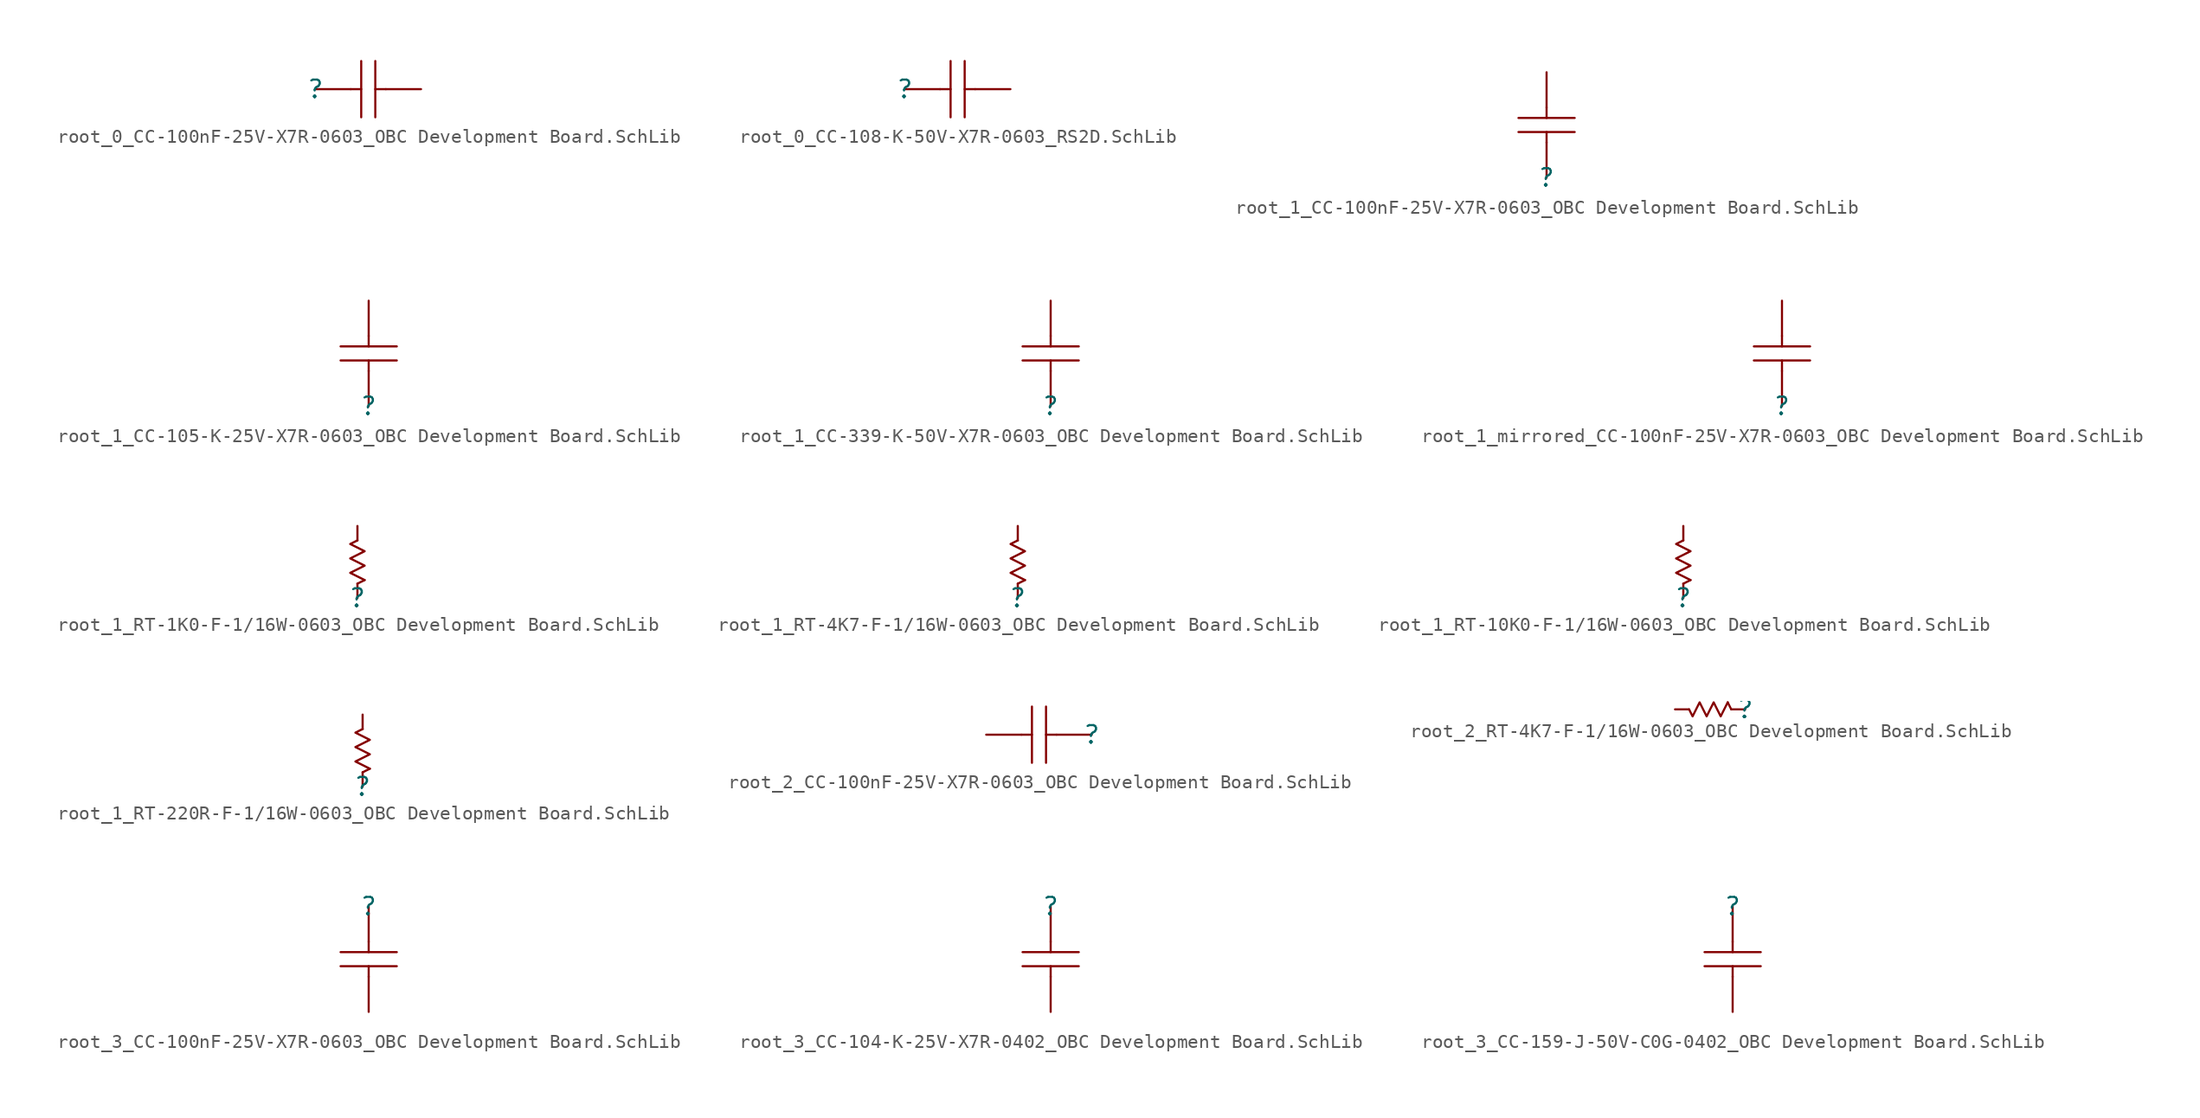
<source format=kicad_sym>
(kicad_symbol_lib
  (version 20241209)
  (generator "kicad_symbol_editor")
  (generator_version "9.0")
  (symbol "root_0_CC-100nF-25V-X7R-0603_OBC Development Board.SchLib"
    (pin_numbers
      (hide yes))
    (pin_names
      (hide yes))
    (property "Reference" ""
      (at 0 0 0)
      (effects (font (size 1.27 1.27))))
    (property "Value" ""
      (at 0 0 0)
      (effects (font (size 1.27 1.27))))
    (symbol "root_0_CC-100nF-25V-X7R-0603_OBC Development Board.SchLib_1_0"
      (polyline (pts (xy 2.54 0) (xy 3.302 0)) (stroke (width 0) (type solid)) (fill (type none)))
      (polyline (pts (xy 3.302 -2.032) (xy 3.302 2.032)) (stroke (width 0) (type solid)) (fill (type none)))
      (polyline (pts (xy 4.318 2.032) (xy 4.318 -2.032)) (stroke (width 0) (type solid)) (fill (type none)))
      (polyline (pts (xy 5.08 0) (xy 4.318 0)) (stroke (width 0) (type solid)) (fill (type none)))
      (pin passive line (at 0 0 0) (length 2.54) (name "1" (effects (font (size 1.27 1.27)))) (number "1" (effects (font (size 1.27 1.27)))))
      (pin passive line (at 7.62 0 180) (length 2.54) (name "2" (effects (font (size 1.27 1.27)))) (number "2" (effects (font (size 1.27 1.27)))))))
  (symbol "root_0_CC-108-K-50V-X7R-0603_RS2D.SchLib"
    (pin_numbers
      (hide yes))
    (pin_names
      (hide yes))
    (property "Reference" ""
      (at 0 0 0)
      (effects (font (size 1.27 1.27))))
    (property "Value" ""
      (at 0 0 0)
      (effects (font (size 1.27 1.27))))
    (symbol "root_0_CC-108-K-50V-X7R-0603_RS2D.SchLib_1_0"
      (polyline (pts (xy 2.54 0) (xy 3.302 0)) (stroke (width 0) (type solid)) (fill (type none)))
      (polyline (pts (xy 3.302 -2.032) (xy 3.302 2.032)) (stroke (width 0) (type solid)) (fill (type none)))
      (polyline (pts (xy 4.318 2.032) (xy 4.318 -2.032)) (stroke (width 0) (type solid)) (fill (type none)))
      (polyline (pts (xy 5.08 0) (xy 4.318 0)) (stroke (width 0) (type solid)) (fill (type none)))
      (pin passive line (at 0 0 0) (length 2.54) (name "1" (effects (font (size 1.27 1.27)))) (number "1" (effects (font (size 1.27 1.27)))))
      (pin passive line (at 7.62 0 180) (length 2.54) (name "2" (effects (font (size 1.27 1.27)))) (number "2" (effects (font (size 1.27 1.27)))))))
  (symbol "root_1_CC-100nF-25V-X7R-0603_OBC Development Board.SchLib"
    (pin_numbers
      (hide yes))
    (pin_names
      (hide yes))
    (property "Reference" ""
      (at 0 0 0)
      (effects (font (size 1.27 1.27))))
    (property "Value" ""
      (at 0 0 0)
      (effects (font (size 1.27 1.27))))
    (symbol "root_1_CC-100nF-25V-X7R-0603_OBC Development Board.SchLib_1_0"
      (polyline (pts (xy -2.032 4.318) (xy 2.032 4.318)) (stroke (width 0) (type solid)) (fill (type none)))
      (polyline (pts (xy 0 5.08) (xy 0 4.318)) (stroke (width 0) (type solid)) (fill (type none)))
      (polyline (pts (xy 0 2.54) (xy 0 3.302)) (stroke (width 0) (type solid)) (fill (type none)))
      (polyline (pts (xy 2.032 3.302) (xy -2.032 3.302)) (stroke (width 0) (type solid)) (fill (type none)))
      (pin passive line (at 0 7.62 270) (length 2.54) (name "2" (effects (font (size 1.27 1.27)))) (number "2" (effects (font (size 1.27 1.27)))))
      (pin passive line (at 0 0 90) (length 2.54) (name "1" (effects (font (size 1.27 1.27)))) (number "1" (effects (font (size 1.27 1.27)))))))
  (symbol "root_1_CC-105-K-25V-X7R-0603_OBC Development Board.SchLib"
    (pin_numbers
      (hide yes))
    (pin_names
      (hide yes))
    (property "Reference" ""
      (at 0 0 0)
      (effects (font (size 1.27 1.27))))
    (property "Value" ""
      (at 0 0 0)
      (effects (font (size 1.27 1.27))))
    (symbol "root_1_CC-105-K-25V-X7R-0603_OBC Development Board.SchLib_1_0"
      (polyline (pts (xy -2.032 4.318) (xy 2.032 4.318)) (stroke (width 0) (type solid)) (fill (type none)))
      (polyline (pts (xy 0 5.08) (xy 0 4.318)) (stroke (width 0) (type solid)) (fill (type none)))
      (polyline (pts (xy 0 2.54) (xy 0 3.302)) (stroke (width 0) (type solid)) (fill (type none)))
      (polyline (pts (xy 2.032 3.302) (xy -2.032 3.302)) (stroke (width 0) (type solid)) (fill (type none)))
      (pin passive line (at 0 7.62 270) (length 2.54) (name "2" (effects (font (size 1.27 1.27)))) (number "2" (effects (font (size 1.27 1.27)))))
      (pin passive line (at 0 0 90) (length 2.54) (name "1" (effects (font (size 1.27 1.27)))) (number "1" (effects (font (size 1.27 1.27)))))))
  (symbol "root_1_CC-339-K-50V-X7R-0603_OBC Development Board.SchLib"
    (pin_numbers
      (hide yes))
    (pin_names
      (hide yes))
    (property "Reference" ""
      (at 0 0 0)
      (effects (font (size 1.27 1.27))))
    (property "Value" ""
      (at 0 0 0)
      (effects (font (size 1.27 1.27))))
    (symbol "root_1_CC-339-K-50V-X7R-0603_OBC Development Board.SchLib_1_0"
      (polyline (pts (xy -2.032 4.318) (xy 2.032 4.318)) (stroke (width 0) (type solid)) (fill (type none)))
      (polyline (pts (xy 0 5.08) (xy 0 4.318)) (stroke (width 0) (type solid)) (fill (type none)))
      (polyline (pts (xy 0 2.54) (xy 0 3.302)) (stroke (width 0) (type solid)) (fill (type none)))
      (polyline (pts (xy 2.032 3.302) (xy -2.032 3.302)) (stroke (width 0) (type solid)) (fill (type none)))
      (pin passive line (at 0 7.62 270) (length 2.54) (name "2" (effects (font (size 1.27 1.27)))) (number "2" (effects (font (size 1.27 1.27)))))
      (pin passive line (at 0 0 90) (length 2.54) (name "1" (effects (font (size 1.27 1.27)))) (number "1" (effects (font (size 1.27 1.27)))))))
  (symbol "root_1_mirrored_CC-100nF-25V-X7R-0603_OBC Development Board.SchLib"
    (pin_numbers
      (hide yes))
    (pin_names
      (hide yes))
    (property "Reference" ""
      (at 0 0 0)
      (effects (font (size 1.27 1.27))))
    (property "Value" ""
      (at 0 0 0)
      (effects (font (size 1.27 1.27))))
    (symbol "root_1_mirrored_CC-100nF-25V-X7R-0603_OBC Development Board.SchLib_1_0"
      (polyline (pts (xy -2.032 3.302) (xy 2.032 3.302)) (stroke (width 0) (type solid)) (fill (type none)))
      (polyline (pts (xy 0 5.08) (xy 0 4.318)) (stroke (width 0) (type solid)) (fill (type none)))
      (polyline (pts (xy 0 2.54) (xy 0 3.302)) (stroke (width 0) (type solid)) (fill (type none)))
      (polyline (pts (xy 2.032 4.318) (xy -2.032 4.318)) (stroke (width 0) (type solid)) (fill (type none)))
      (pin passive line (at 0 7.62 270) (length 2.54) (name "2" (effects (font (size 1.27 1.27)))) (number "2" (effects (font (size 1.27 1.27)))))
      (pin passive line (at 0 0 90) (length 2.54) (name "1" (effects (font (size 1.27 1.27)))) (number "1" (effects (font (size 1.27 1.27)))))))
  (symbol "root_1_RT-1K0-F-1/16W-0603_OBC Development Board.SchLib"
    (pin_numbers
      (hide yes))
    (pin_names
      (hide yes))
    (property "Reference" ""
      (at 0 0 0)
      (effects (font (size 1.27 1.27))))
    (property "Value" ""
      (at 0 0 0)
      (effects (font (size 1.27 1.27))))
    (symbol "root_1_RT-1K0-F-1/16W-0603_OBC Development Board.SchLib_1_0"
      (polyline (pts (xy 0.508 1.27) (xy 0 1.016)) (stroke (width 0) (type solid)) (fill (type none)))
      (polyline (pts (xy 0.508 1.27) (xy -0.508 1.778) (xy 0.508 2.286) (xy -0.508 2.794) (xy 0.508 3.302) (xy -0.508 3.81) (xy 0 4.064)) (stroke (width 0) (type solid)) (fill (type none)))
      (pin passive line (at 0 5.08 270) (length 1.016) (name "" (effects (font (size 1.27 1.27)))) (number "2" (effects (font (size 1.27 1.27)))))
      (pin passive line (at 0 0 90) (length 1.016) (name "" (effects (font (size 1.27 1.27)))) (number "1" (effects (font (size 1.27 1.27)))))))
  (symbol "root_1_RT-4K7-F-1/16W-0603_OBC Development Board.SchLib"
    (pin_numbers
      (hide yes))
    (pin_names
      (hide yes))
    (property "Reference" ""
      (at 0 0 0)
      (effects (font (size 1.27 1.27))))
    (property "Value" ""
      (at 0 0 0)
      (effects (font (size 1.27 1.27))))
    (symbol "root_1_RT-4K7-F-1/16W-0603_OBC Development Board.SchLib_1_0"
      (polyline (pts (xy 0.508 1.27) (xy 0 1.016)) (stroke (width 0) (type solid)) (fill (type none)))
      (polyline (pts (xy 0.508 1.27) (xy -0.508 1.778) (xy 0.508 2.286) (xy -0.508 2.794) (xy 0.508 3.302) (xy -0.508 3.81) (xy 0 4.064)) (stroke (width 0) (type solid)) (fill (type none)))
      (pin passive line (at 0 5.08 270) (length 1.016) (name "" (effects (font (size 1.27 1.27)))) (number "2" (effects (font (size 1.27 1.27)))))
      (pin passive line (at 0 0 90) (length 1.016) (name "" (effects (font (size 1.27 1.27)))) (number "1" (effects (font (size 1.27 1.27)))))))
  (symbol "root_1_RT-10K0-F-1/16W-0603_OBC Development Board.SchLib"
    (pin_numbers
      (hide yes))
    (pin_names
      (hide yes))
    (property "Reference" ""
      (at 0 0 0)
      (effects (font (size 1.27 1.27))))
    (property "Value" ""
      (at 0 0 0)
      (effects (font (size 1.27 1.27))))
    (symbol "root_1_RT-10K0-F-1/16W-0603_OBC Development Board.SchLib_1_0"
      (polyline (pts (xy 0.508 1.27) (xy 0 1.016)) (stroke (width 0) (type solid)) (fill (type none)))
      (polyline (pts (xy 0.508 1.27) (xy -0.508 1.778) (xy 0.508 2.286) (xy -0.508 2.794) (xy 0.508 3.302) (xy -0.508 3.81) (xy 0 4.064)) (stroke (width 0) (type solid)) (fill (type none)))
      (pin passive line (at 0 5.08 270) (length 1.016) (name "" (effects (font (size 1.27 1.27)))) (number "2" (effects (font (size 1.27 1.27)))))
      (pin passive line (at 0 0 90) (length 1.016) (name "" (effects (font (size 1.27 1.27)))) (number "1" (effects (font (size 1.27 1.27)))))))
  (symbol "root_1_RT-220R-F-1/16W-0603_OBC Development Board.SchLib"
    (pin_numbers
      (hide yes))
    (pin_names
      (hide yes))
    (property "Reference" ""
      (at 0 0 0)
      (effects (font (size 1.27 1.27))))
    (property "Value" ""
      (at 0 0 0)
      (effects (font (size 1.27 1.27))))
    (symbol "root_1_RT-220R-F-1/16W-0603_OBC Development Board.SchLib_1_0"
      (polyline (pts (xy 0.508 1.27) (xy 0 1.016)) (stroke (width 0) (type solid)) (fill (type none)))
      (polyline (pts (xy 0.508 1.27) (xy -0.508 1.778) (xy 0.508 2.286) (xy -0.508 2.794) (xy 0.508 3.302) (xy -0.508 3.81) (xy 0 4.064)) (stroke (width 0) (type solid)) (fill (type none)))
      (pin passive line (at 0 5.08 270) (length 1.016) (name "" (effects (font (size 1.27 1.27)))) (number "2" (effects (font (size 1.27 1.27)))))
      (pin passive line (at 0 0 90) (length 1.016) (name "" (effects (font (size 1.27 1.27)))) (number "1" (effects (font (size 1.27 1.27)))))))
  (symbol "root_2_CC-100nF-25V-X7R-0603_OBC Development Board.SchLib"
    (pin_numbers
      (hide yes))
    (pin_names
      (hide yes))
    (property "Reference" ""
      (at 0 0 0)
      (effects (font (size 1.27 1.27))))
    (property "Value" ""
      (at 0 0 0)
      (effects (font (size 1.27 1.27))))
    (symbol "root_2_CC-100nF-25V-X7R-0603_OBC Development Board.SchLib_1_0"
      (polyline (pts (xy -5.08 0) (xy -4.318 0)) (stroke (width 0) (type solid)) (fill (type none)))
      (polyline (pts (xy -4.318 -2.032) (xy -4.318 2.032)) (stroke (width 0) (type solid)) (fill (type none)))
      (polyline (pts (xy -3.302 2.032) (xy -3.302 -2.032)) (stroke (width 0) (type solid)) (fill (type none)))
      (polyline (pts (xy -2.54 0) (xy -3.302 0)) (stroke (width 0) (type solid)) (fill (type none)))
      (pin passive line (at -7.62 0 0) (length 2.54) (name "2" (effects (font (size 1.27 1.27)))) (number "2" (effects (font (size 1.27 1.27)))))
      (pin passive line (at 0 0 180) (length 2.54) (name "1" (effects (font (size 1.27 1.27)))) (number "1" (effects (font (size 1.27 1.27)))))))
  (symbol "root_2_RT-4K7-F-1/16W-0603_OBC Development Board.SchLib"
    (pin_numbers
      (hide yes))
    (pin_names
      (hide yes))
    (property "Reference" ""
      (at 0 0 0)
      (effects (font (size 1.27 1.27))))
    (property "Value" ""
      (at 0 0 0)
      (effects (font (size 1.27 1.27))))
    (symbol "root_2_RT-4K7-F-1/16W-0603_OBC Development Board.SchLib_1_0"
      (polyline (pts (xy -1.27 0.508) (xy -1.016 0)) (stroke (width 0) (type solid)) (fill (type none)))
      (polyline (pts (xy -1.27 0.508) (xy -1.778 -0.508) (xy -2.286 0.508) (xy -2.794 -0.508) (xy -3.302 0.508) (xy -3.81 -0.508) (xy -4.064 0)) (stroke (width 0) (type solid)) (fill (type none)))
      (pin passive line (at -5.08 0 0) (length 1.016) (name "" (effects (font (size 1.27 1.27)))) (number "2" (effects (font (size 1.27 1.27)))))
      (pin passive line (at 0 0 180) (length 1.016) (name "" (effects (font (size 1.27 1.27)))) (number "1" (effects (font (size 1.27 1.27)))))))
  (symbol "root_3_CC-100nF-25V-X7R-0603_OBC Development Board.SchLib"
    (pin_numbers
      (hide yes))
    (pin_names
      (hide yes))
    (property "Reference" ""
      (at 0 0 0)
      (effects (font (size 1.27 1.27))))
    (property "Value" ""
      (at 0 0 0)
      (effects (font (size 1.27 1.27))))
    (symbol "root_3_CC-100nF-25V-X7R-0603_OBC Development Board.SchLib_1_0"
      (polyline (pts (xy -2.032 -3.302) (xy 2.032 -3.302)) (stroke (width 0) (type solid)) (fill (type none)))
      (polyline (pts (xy 0 -2.54) (xy 0 -3.302)) (stroke (width 0) (type solid)) (fill (type none)))
      (polyline (pts (xy 0 -5.08) (xy 0 -4.318)) (stroke (width 0) (type solid)) (fill (type none)))
      (polyline (pts (xy 2.032 -4.318) (xy -2.032 -4.318)) (stroke (width 0) (type solid)) (fill (type none)))
      (pin passive line (at 0 0 270) (length 2.54) (name "1" (effects (font (size 1.27 1.27)))) (number "1" (effects (font (size 1.27 1.27)))))
      (pin passive line (at 0 -7.62 90) (length 2.54) (name "2" (effects (font (size 1.27 1.27)))) (number "2" (effects (font (size 1.27 1.27)))))))
  (symbol "root_3_CC-104-K-25V-X7R-0402_OBC Development Board.SchLib"
    (pin_numbers
      (hide yes))
    (pin_names
      (hide yes))
    (property "Reference" ""
      (at 0 0 0)
      (effects (font (size 1.27 1.27))))
    (property "Value" ""
      (at 0 0 0)
      (effects (font (size 1.27 1.27))))
    (symbol "root_3_CC-104-K-25V-X7R-0402_OBC Development Board.SchLib_1_0"
      (polyline (pts (xy -2.032 -3.302) (xy 2.032 -3.302)) (stroke (width 0) (type solid)) (fill (type none)))
      (polyline (pts (xy 0 -2.54) (xy 0 -3.302)) (stroke (width 0) (type solid)) (fill (type none)))
      (polyline (pts (xy 0 -5.08) (xy 0 -4.318)) (stroke (width 0) (type solid)) (fill (type none)))
      (polyline (pts (xy 2.032 -4.318) (xy -2.032 -4.318)) (stroke (width 0) (type solid)) (fill (type none)))
      (pin passive line (at 0 0 270) (length 2.54) (name "1" (effects (font (size 1.27 1.27)))) (number "1" (effects (font (size 1.27 1.27)))))
      (pin passive line (at 0 -7.62 90) (length 2.54) (name "2" (effects (font (size 1.27 1.27)))) (number "2" (effects (font (size 1.27 1.27)))))))
  (symbol "root_3_CC-159-J-50V-C0G-0402_OBC Development Board.SchLib"
    (pin_numbers
      (hide yes))
    (pin_names
      (hide yes))
    (property "Reference" ""
      (at 0 0 0)
      (effects (font (size 1.27 1.27))))
    (property "Value" ""
      (at 0 0 0)
      (effects (font (size 1.27 1.27))))
    (symbol "root_3_CC-159-J-50V-C0G-0402_OBC Development Board.SchLib_1_0"
      (polyline (pts (xy -2.032 -3.302) (xy 2.032 -3.302)) (stroke (width 0) (type solid)) (fill (type none)))
      (polyline (pts (xy 0 -2.54) (xy 0 -3.302)) (stroke (width 0) (type solid)) (fill (type none)))
      (polyline (pts (xy 0 -5.08) (xy 0 -4.318)) (stroke (width 0) (type solid)) (fill (type none)))
      (polyline (pts (xy 2.032 -4.318) (xy -2.032 -4.318)) (stroke (width 0) (type solid)) (fill (type none)))
      (pin passive line (at 0 0 270) (length 2.54) (name "1" (effects (font (size 1.27 1.27)))) (number "1" (effects (font (size 1.27 1.27)))))
      (pin passive line (at 0 -7.62 90) (length 2.54) (name "2" (effects (font (size 1.27 1.27)))) (number "2" (effects (font (size 1.27 1.27))))))))
</source>
